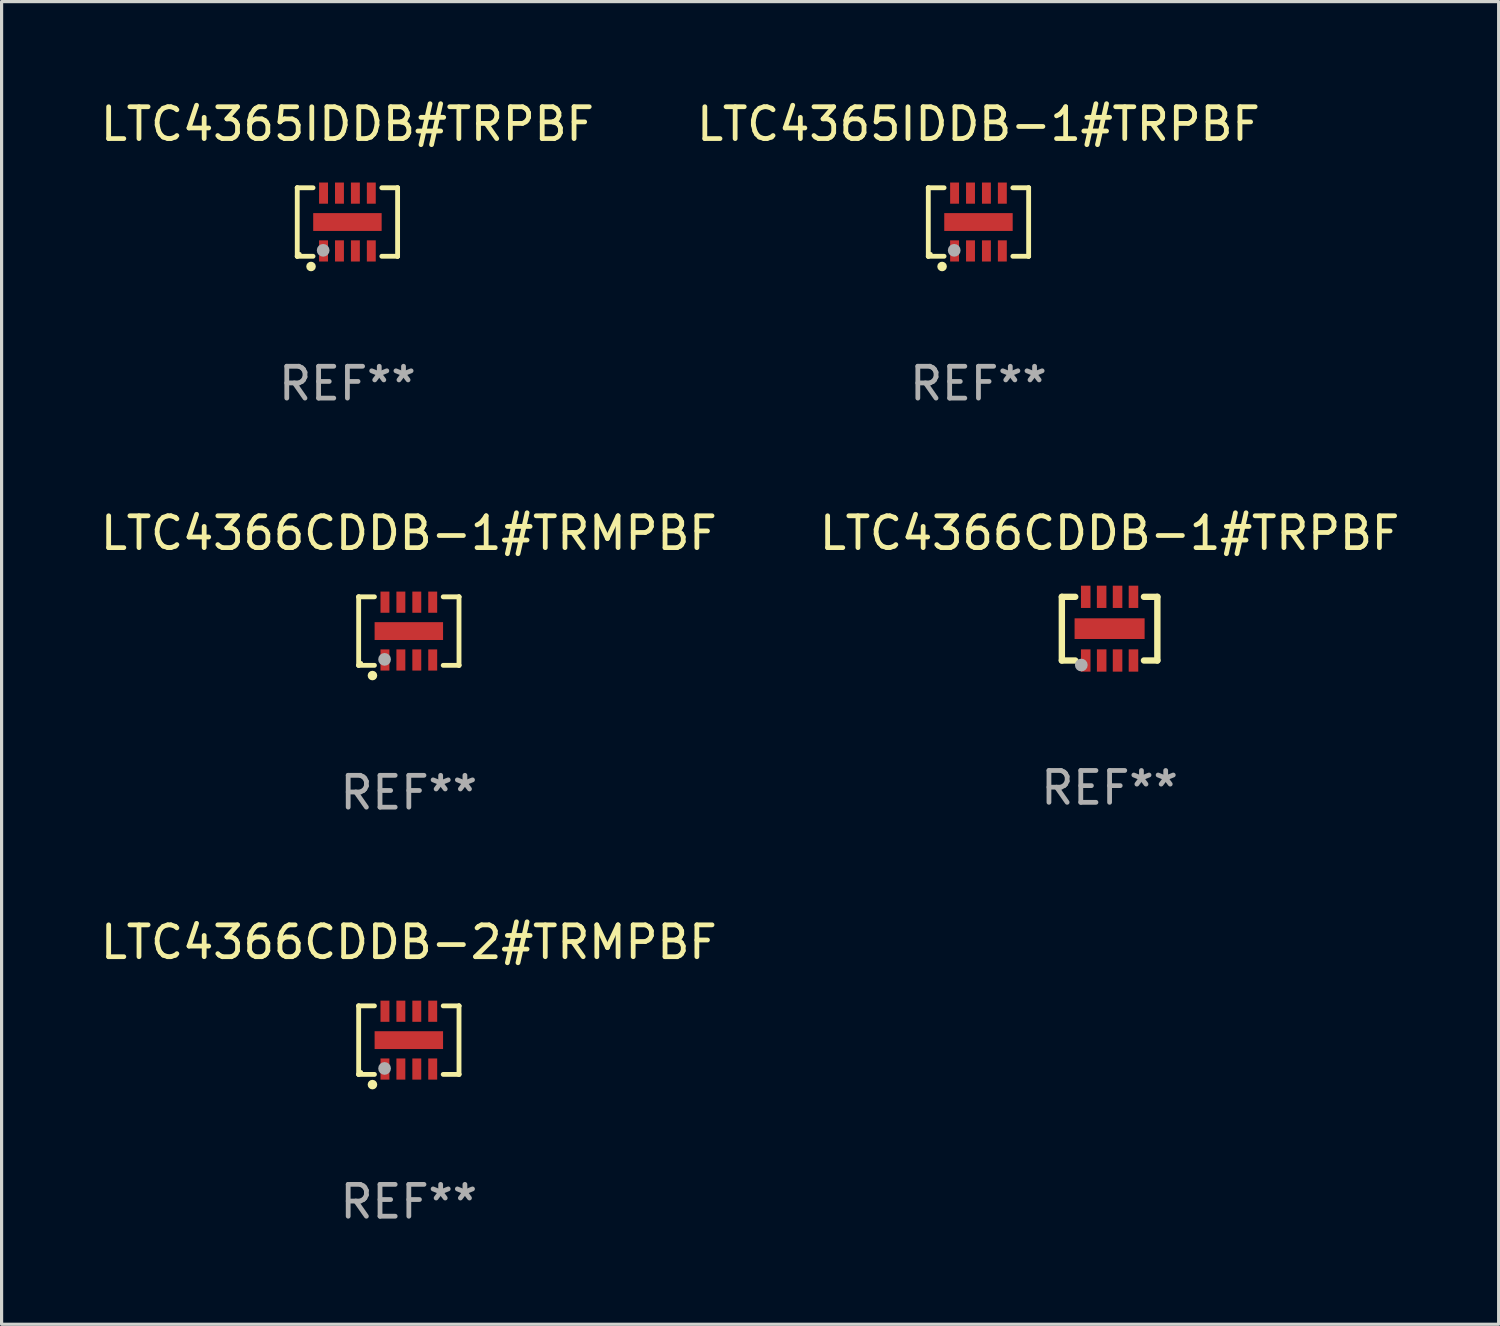
<source format=kicad_pcb>
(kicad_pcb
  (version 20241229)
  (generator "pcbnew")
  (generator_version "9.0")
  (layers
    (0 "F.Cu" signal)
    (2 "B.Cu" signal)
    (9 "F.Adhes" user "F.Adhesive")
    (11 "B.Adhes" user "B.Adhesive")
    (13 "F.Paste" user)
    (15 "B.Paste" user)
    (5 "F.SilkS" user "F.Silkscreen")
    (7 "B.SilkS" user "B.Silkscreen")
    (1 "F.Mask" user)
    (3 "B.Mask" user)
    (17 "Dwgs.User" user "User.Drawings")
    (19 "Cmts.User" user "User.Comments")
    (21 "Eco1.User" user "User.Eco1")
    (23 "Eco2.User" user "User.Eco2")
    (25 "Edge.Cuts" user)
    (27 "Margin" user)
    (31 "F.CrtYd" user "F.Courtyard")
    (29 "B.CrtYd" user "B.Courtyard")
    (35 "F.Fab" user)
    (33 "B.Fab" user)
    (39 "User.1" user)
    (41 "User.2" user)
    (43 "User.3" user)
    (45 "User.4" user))
  (footprint "LTC4365IDDB#TRPBF"
    (layer "F.Cu")
    (at 7.863 3.924)
    (property "Reference" "LTC4365IDDB#TRPBF" (at 0 -3.076 0) (layer "F.SilkS") (effects (font (size 1 1) (thickness 0.15))))
    (attr through_hole)
    (fp_line (start -1.576 -1.076) (end -1.576 -1.076) (stroke (width 0.152) (type solid)) (layer "F.SilkS"))
    (fp_line (start -1.576 -1.076) (end -1.08 -1.076) (stroke (width 0.152) (type solid)) (layer "F.SilkS"))
    (fp_line (start -1.576 1.076) (end -1.576 -1.076) (stroke (width 0.152) (type solid)) (layer "F.SilkS"))
    (fp_line (start -1.576 1.076) (end -1.576 1.076) (stroke (width 0.152) (type solid)) (layer "F.SilkS"))
    (fp_line (start -1.08 1.076) (end -1.576 1.076) (stroke (width 0.152) (type solid)) (layer "F.SilkS"))
    (fp_line (start 1.08 1.076) (end 1.576 1.076) (stroke (width 0.152) (type solid)) (layer "F.SilkS"))
    (fp_line (start 1.576 -1.076) (end 1.08 -1.076) (stroke (width 0.152) (type solid)) (layer "F.SilkS"))
    (fp_line (start 1.576 -1.076) (end 1.576 -1.076) (stroke (width 0.152) (type solid)) (layer "F.SilkS"))
    (fp_line (start 1.576 1.076) (end 1.576 -1.076) (stroke (width 0.152) (type solid)) (layer "F.SilkS"))
    (fp_line (start 1.576 1.076) (end 1.576 1.076) (stroke (width 0.152) (type solid)) (layer "F.SilkS"))
    (fp_circle (center -1.5 1) (end -1.47 1) (stroke (width 0.06) (type solid)) (fill no) (layer "F.SilkS"))
    (fp_circle (center -1.143 1.397) (end -1.068 1.397) (stroke (width 0.15) (type solid)) (fill no) (layer "F.SilkS"))
    (fp_circle (center -0.762 0.889) (end -0.662 0.889) (stroke (width 0.2) (type solid)) (fill no) (layer "F.Fab"))
    (fp_text user "REF**" (at 0 5.076 0) (layer "F.Fab") (effects (font (size 1 1) (thickness 0.15))))
    (pad "1" smd rect (at -0.75 0.908) (size 0.28 0.665) (layers "F.Cu" "F.Mask" "F.Paste"))
    (pad "2" smd rect (at -0.25 0.908) (size 0.28 0.665) (layers "F.Cu" "F.Mask" "F.Paste"))
    (pad "3" smd rect (at 0.25 0.908) (size 0.28 0.665) (layers "F.Cu" "F.Mask" "F.Paste"))
    (pad "4" smd rect (at 0.75 0.908) (size 0.28 0.665) (layers "F.Cu" "F.Mask" "F.Paste"))
    (pad "5" smd rect (at 0.75 -0.908) (size 0.28 0.665) (layers "F.Cu" "F.Mask" "F.Paste"))
    (pad "6" smd rect (at 0.25 -0.908) (size 0.28 0.665) (layers "F.Cu" "F.Mask" "F.Paste"))
    (pad "7" smd rect (at -0.25 -0.908) (size 0.28 0.665) (layers "F.Cu" "F.Mask" "F.Paste"))
    (pad "8" smd rect (at -0.75 -0.908) (size 0.28 0.665) (layers "F.Cu" "F.Mask" "F.Paste"))
    (pad "9" smd rect (at 0 0) (size 2.15 0.56) (layers "F.Cu" "F.Mask" "F.Paste")))
  (footprint "LTC4365IDDB-1#TRPBF"
    (layer "F.Cu")
    (at 27.685 3.924)
    (property "Reference" "LTC4365IDDB-1#TRPBF" (at 0 -3.076 0) (layer "F.SilkS") (effects (font (size 1 1) (thickness 0.15))))
    (attr through_hole)
    (fp_line (start -1.576 -1.076) (end -1.576 -1.076) (stroke (width 0.152) (type solid)) (layer "F.SilkS"))
    (fp_line (start -1.576 -1.076) (end -1.08 -1.076) (stroke (width 0.152) (type solid)) (layer "F.SilkS"))
    (fp_line (start -1.576 1.076) (end -1.576 -1.076) (stroke (width 0.152) (type solid)) (layer "F.SilkS"))
    (fp_line (start -1.576 1.076) (end -1.576 1.076) (stroke (width 0.152) (type solid)) (layer "F.SilkS"))
    (fp_line (start -1.08 1.076) (end -1.576 1.076) (stroke (width 0.152) (type solid)) (layer "F.SilkS"))
    (fp_line (start 1.08 1.076) (end 1.576 1.076) (stroke (width 0.152) (type solid)) (layer "F.SilkS"))
    (fp_line (start 1.576 -1.076) (end 1.08 -1.076) (stroke (width 0.152) (type solid)) (layer "F.SilkS"))
    (fp_line (start 1.576 -1.076) (end 1.576 -1.076) (stroke (width 0.152) (type solid)) (layer "F.SilkS"))
    (fp_line (start 1.576 1.076) (end 1.576 -1.076) (stroke (width 0.152) (type solid)) (layer "F.SilkS"))
    (fp_line (start 1.576 1.076) (end 1.576 1.076) (stroke (width 0.152) (type solid)) (layer "F.SilkS"))
    (fp_circle (center -1.5 1) (end -1.47 1) (stroke (width 0.06) (type solid)) (fill no) (layer "F.SilkS"))
    (fp_circle (center -1.143 1.397) (end -1.068 1.397) (stroke (width 0.15) (type solid)) (fill no) (layer "F.SilkS"))
    (fp_circle (center -0.762 0.889) (end -0.662 0.889) (stroke (width 0.2) (type solid)) (fill no) (layer "F.Fab"))
    (fp_text user "REF**" (at 0 5.076 0) (layer "F.Fab") (effects (font (size 1 1) (thickness 0.15))))
    (pad "1" smd rect (at -0.75 0.908) (size 0.28 0.665) (layers "F.Cu" "F.Mask" "F.Paste"))
    (pad "2" smd rect (at -0.25 0.908) (size 0.28 0.665) (layers "F.Cu" "F.Mask" "F.Paste"))
    (pad "3" smd rect (at 0.25 0.908) (size 0.28 0.665) (layers "F.Cu" "F.Mask" "F.Paste"))
    (pad "4" smd rect (at 0.75 0.908) (size 0.28 0.665) (layers "F.Cu" "F.Mask" "F.Paste"))
    (pad "5" smd rect (at 0.75 -0.908) (size 0.28 0.665) (layers "F.Cu" "F.Mask" "F.Paste"))
    (pad "6" smd rect (at 0.25 -0.908) (size 0.28 0.665) (layers "F.Cu" "F.Mask" "F.Paste"))
    (pad "7" smd rect (at -0.25 -0.908) (size 0.28 0.665) (layers "F.Cu" "F.Mask" "F.Paste"))
    (pad "8" smd rect (at -0.75 -0.908) (size 0.28 0.665) (layers "F.Cu" "F.Mask" "F.Paste"))
    (pad "9" smd rect (at 0 0) (size 2.15 0.56) (layers "F.Cu" "F.Mask" "F.Paste")))
  (footprint "LTC4366CDDB-1#TRMPBF"
    (layer "F.Cu")
    (at 9.792 16.773)
    (property "Reference" "LTC4366CDDB-1#TRMPBF" (at 0 -3.076 0) (layer "F.SilkS") (effects (font (size 1 1) (thickness 0.15))))
    (attr through_hole)
    (fp_line (start -1.576 -1.076) (end -1.576 -1.076) (stroke (width 0.152) (type solid)) (layer "F.SilkS"))
    (fp_line (start -1.576 -1.076) (end -1.08 -1.076) (stroke (width 0.152) (type solid)) (layer "F.SilkS"))
    (fp_line (start -1.576 1.076) (end -1.576 -1.076) (stroke (width 0.152) (type solid)) (layer "F.SilkS"))
    (fp_line (start -1.576 1.076) (end -1.576 1.076) (stroke (width 0.152) (type solid)) (layer "F.SilkS"))
    (fp_line (start -1.08 1.076) (end -1.576 1.076) (stroke (width 0.152) (type solid)) (layer "F.SilkS"))
    (fp_line (start 1.08 1.076) (end 1.576 1.076) (stroke (width 0.152) (type solid)) (layer "F.SilkS"))
    (fp_line (start 1.576 -1.076) (end 1.08 -1.076) (stroke (width 0.152) (type solid)) (layer "F.SilkS"))
    (fp_line (start 1.576 -1.076) (end 1.576 -1.076) (stroke (width 0.152) (type solid)) (layer "F.SilkS"))
    (fp_line (start 1.576 1.076) (end 1.576 -1.076) (stroke (width 0.152) (type solid)) (layer "F.SilkS"))
    (fp_line (start 1.576 1.076) (end 1.576 1.076) (stroke (width 0.152) (type solid)) (layer "F.SilkS"))
    (fp_circle (center -1.5 1) (end -1.47 1) (stroke (width 0.06) (type solid)) (fill no) (layer "F.SilkS"))
    (fp_circle (center -1.143 1.397) (end -1.068 1.397) (stroke (width 0.15) (type solid)) (fill no) (layer "F.SilkS"))
    (fp_circle (center -0.762 0.889) (end -0.662 0.889) (stroke (width 0.2) (type solid)) (fill no) (layer "F.Fab"))
    (fp_text user "REF**" (at 0 5.076 0) (layer "F.Fab") (effects (font (size 1 1) (thickness 0.15))))
    (pad "1" smd rect (at -0.75 0.908) (size 0.28 0.665) (layers "F.Cu" "F.Mask" "F.Paste"))
    (pad "2" smd rect (at -0.25 0.908) (size 0.28 0.665) (layers "F.Cu" "F.Mask" "F.Paste"))
    (pad "3" smd rect (at 0.25 0.908) (size 0.28 0.665) (layers "F.Cu" "F.Mask" "F.Paste"))
    (pad "4" smd rect (at 0.75 0.908) (size 0.28 0.665) (layers "F.Cu" "F.Mask" "F.Paste"))
    (pad "5" smd rect (at 0.75 -0.908) (size 0.28 0.665) (layers "F.Cu" "F.Mask" "F.Paste"))
    (pad "6" smd rect (at 0.25 -0.908) (size 0.28 0.665) (layers "F.Cu" "F.Mask" "F.Paste"))
    (pad "7" smd rect (at -0.25 -0.908) (size 0.28 0.665) (layers "F.Cu" "F.Mask" "F.Paste"))
    (pad "8" smd rect (at -0.75 -0.908) (size 0.28 0.665) (layers "F.Cu" "F.Mask" "F.Paste"))
    (pad "9" smd rect (at 0 0) (size 2.15 0.56) (layers "F.Cu" "F.Mask" "F.Paste")))
  (footprint "LTC4366CDDB-1#TRPBF"
    (layer "F.Cu")
    (at 31.804 16.697)
    (property "Reference" "LTC4366CDDB-1#TRPBF" (at 0 -3 0) (layer "F.SilkS") (effects (font (size 1 1) (thickness 0.15))))
    (attr through_hole)
    (fp_line (start -1.5 1) (end -1.5 -1) (stroke (width 0.2) (type solid)) (layer "F.SilkS"))
    (fp_line (start -1.5 1) (end -1.079 1) (stroke (width 0.2) (type solid)) (layer "F.SilkS"))
    (fp_line (start -1.079 -1) (end -1.5 -1) (stroke (width 0.2) (type solid)) (layer "F.SilkS"))
    (fp_line (start 1.079 1) (end 1.5 1) (stroke (width 0.2) (type solid)) (layer "F.SilkS"))
    (fp_line (start 1.5 -1) (end 1.079 -1) (stroke (width 0.2) (type solid)) (layer "F.SilkS"))
    (fp_line (start 1.5 1) (end 1.5 -1) (stroke (width 0.2) (type solid)) (layer "F.SilkS"))
    (fp_circle (center -1.5 1) (end -1.47 1) (stroke (width 0.06) (type solid)) (fill no) (layer "F.SilkS"))
    (fp_circle (center -0.889 1.143) (end -0.789 1.143) (stroke (width 0.2) (type solid)) (fill no) (layer "F.Fab"))
    (fp_text user "REF**" (at 0 5 0) (layer "F.Fab") (effects (font (size 1 1) (thickness 0.15))))
    (pad "1" smd rect (at -0.75 1 90) (size 0.7 0.3) (layers "F.Cu" "F.Mask" "F.Paste"))
    (pad "2" smd rect (at -0.249 1 90) (size 0.7 0.3) (layers "F.Cu" "F.Mask" "F.Paste"))
    (pad "3" smd rect (at 0.25 1 90) (size 0.7 0.3) (layers "F.Cu" "F.Mask" "F.Paste"))
    (pad "4" smd rect (at 0.75 1 90) (size 0.7 0.3) (layers "F.Cu" "F.Mask" "F.Paste"))
    (pad "5" smd rect (at 0.75 -1 90) (size 0.7 0.3) (layers "F.Cu" "F.Mask" "F.Paste"))
    (pad "6" smd rect (at 0.25 -1 90) (size 0.7 0.3) (layers "F.Cu" "F.Mask" "F.Paste"))
    (pad "7" smd rect (at -0.25 -1 90) (size 0.7 0.3) (layers "F.Cu" "F.Mask" "F.Paste"))
    (pad "8" smd rect (at -0.75 -1 90) (size 0.7 0.3) (layers "F.Cu" "F.Mask" "F.Paste"))
    (pad "9" smd rect (at 0 0 180) (size 2.2 0.65) (layers "F.Cu" "F.Mask" "F.Paste")))
  (footprint "LTC4366CDDB-2#TRMPBF"
    (layer "F.Cu")
    (at 9.792 29.622)
    (property "Reference" "LTC4366CDDB-2#TRMPBF" (at 0 -3.076 0) (layer "F.SilkS") (effects (font (size 1 1) (thickness 0.15))))
    (attr through_hole)
    (fp_line (start -1.576 -1.076) (end -1.576 -1.076) (stroke (width 0.152) (type solid)) (layer "F.SilkS"))
    (fp_line (start -1.576 -1.076) (end -1.08 -1.076) (stroke (width 0.152) (type solid)) (layer "F.SilkS"))
    (fp_line (start -1.576 1.076) (end -1.576 -1.076) (stroke (width 0.152) (type solid)) (layer "F.SilkS"))
    (fp_line (start -1.576 1.076) (end -1.576 1.076) (stroke (width 0.152) (type solid)) (layer "F.SilkS"))
    (fp_line (start -1.08 1.076) (end -1.576 1.076) (stroke (width 0.152) (type solid)) (layer "F.SilkS"))
    (fp_line (start 1.08 1.076) (end 1.576 1.076) (stroke (width 0.152) (type solid)) (layer "F.SilkS"))
    (fp_line (start 1.576 -1.076) (end 1.08 -1.076) (stroke (width 0.152) (type solid)) (layer "F.SilkS"))
    (fp_line (start 1.576 -1.076) (end 1.576 -1.076) (stroke (width 0.152) (type solid)) (layer "F.SilkS"))
    (fp_line (start 1.576 1.076) (end 1.576 -1.076) (stroke (width 0.152) (type solid)) (layer "F.SilkS"))
    (fp_line (start 1.576 1.076) (end 1.576 1.076) (stroke (width 0.152) (type solid)) (layer "F.SilkS"))
    (fp_circle (center -1.5 1) (end -1.47 1) (stroke (width 0.06) (type solid)) (fill no) (layer "F.SilkS"))
    (fp_circle (center -1.143 1.397) (end -1.068 1.397) (stroke (width 0.15) (type solid)) (fill no) (layer "F.SilkS"))
    (fp_circle (center -0.762 0.889) (end -0.662 0.889) (stroke (width 0.2) (type solid)) (fill no) (layer "F.Fab"))
    (fp_text user "REF**" (at 0 5.076 0) (layer "F.Fab") (effects (font (size 1 1) (thickness 0.15))))
    (pad "1" smd rect (at -0.75 0.908) (size 0.28 0.665) (layers "F.Cu" "F.Mask" "F.Paste"))
    (pad "2" smd rect (at -0.25 0.908) (size 0.28 0.665) (layers "F.Cu" "F.Mask" "F.Paste"))
    (pad "3" smd rect (at 0.25 0.908) (size 0.28 0.665) (layers "F.Cu" "F.Mask" "F.Paste"))
    (pad "4" smd rect (at 0.75 0.908) (size 0.28 0.665) (layers "F.Cu" "F.Mask" "F.Paste"))
    (pad "5" smd rect (at 0.75 -0.908) (size 0.28 0.665) (layers "F.Cu" "F.Mask" "F.Paste"))
    (pad "6" smd rect (at 0.25 -0.908) (size 0.28 0.665) (layers "F.Cu" "F.Mask" "F.Paste"))
    (pad "7" smd rect (at -0.25 -0.908) (size 0.28 0.665) (layers "F.Cu" "F.Mask" "F.Paste"))
    (pad "8" smd rect (at -0.75 -0.908) (size 0.28 0.665) (layers "F.Cu" "F.Mask" "F.Paste"))
    (pad "9" smd rect (at 0 0) (size 2.15 0.56) (layers "F.Cu" "F.Mask" "F.Paste")))
  (gr_rect
    (start -3 -3)
    (end 44.024 38.547)
    (stroke (width 0.1) (type default))
    (fill no)
    (layer "Edge.Cuts")))
</source>
